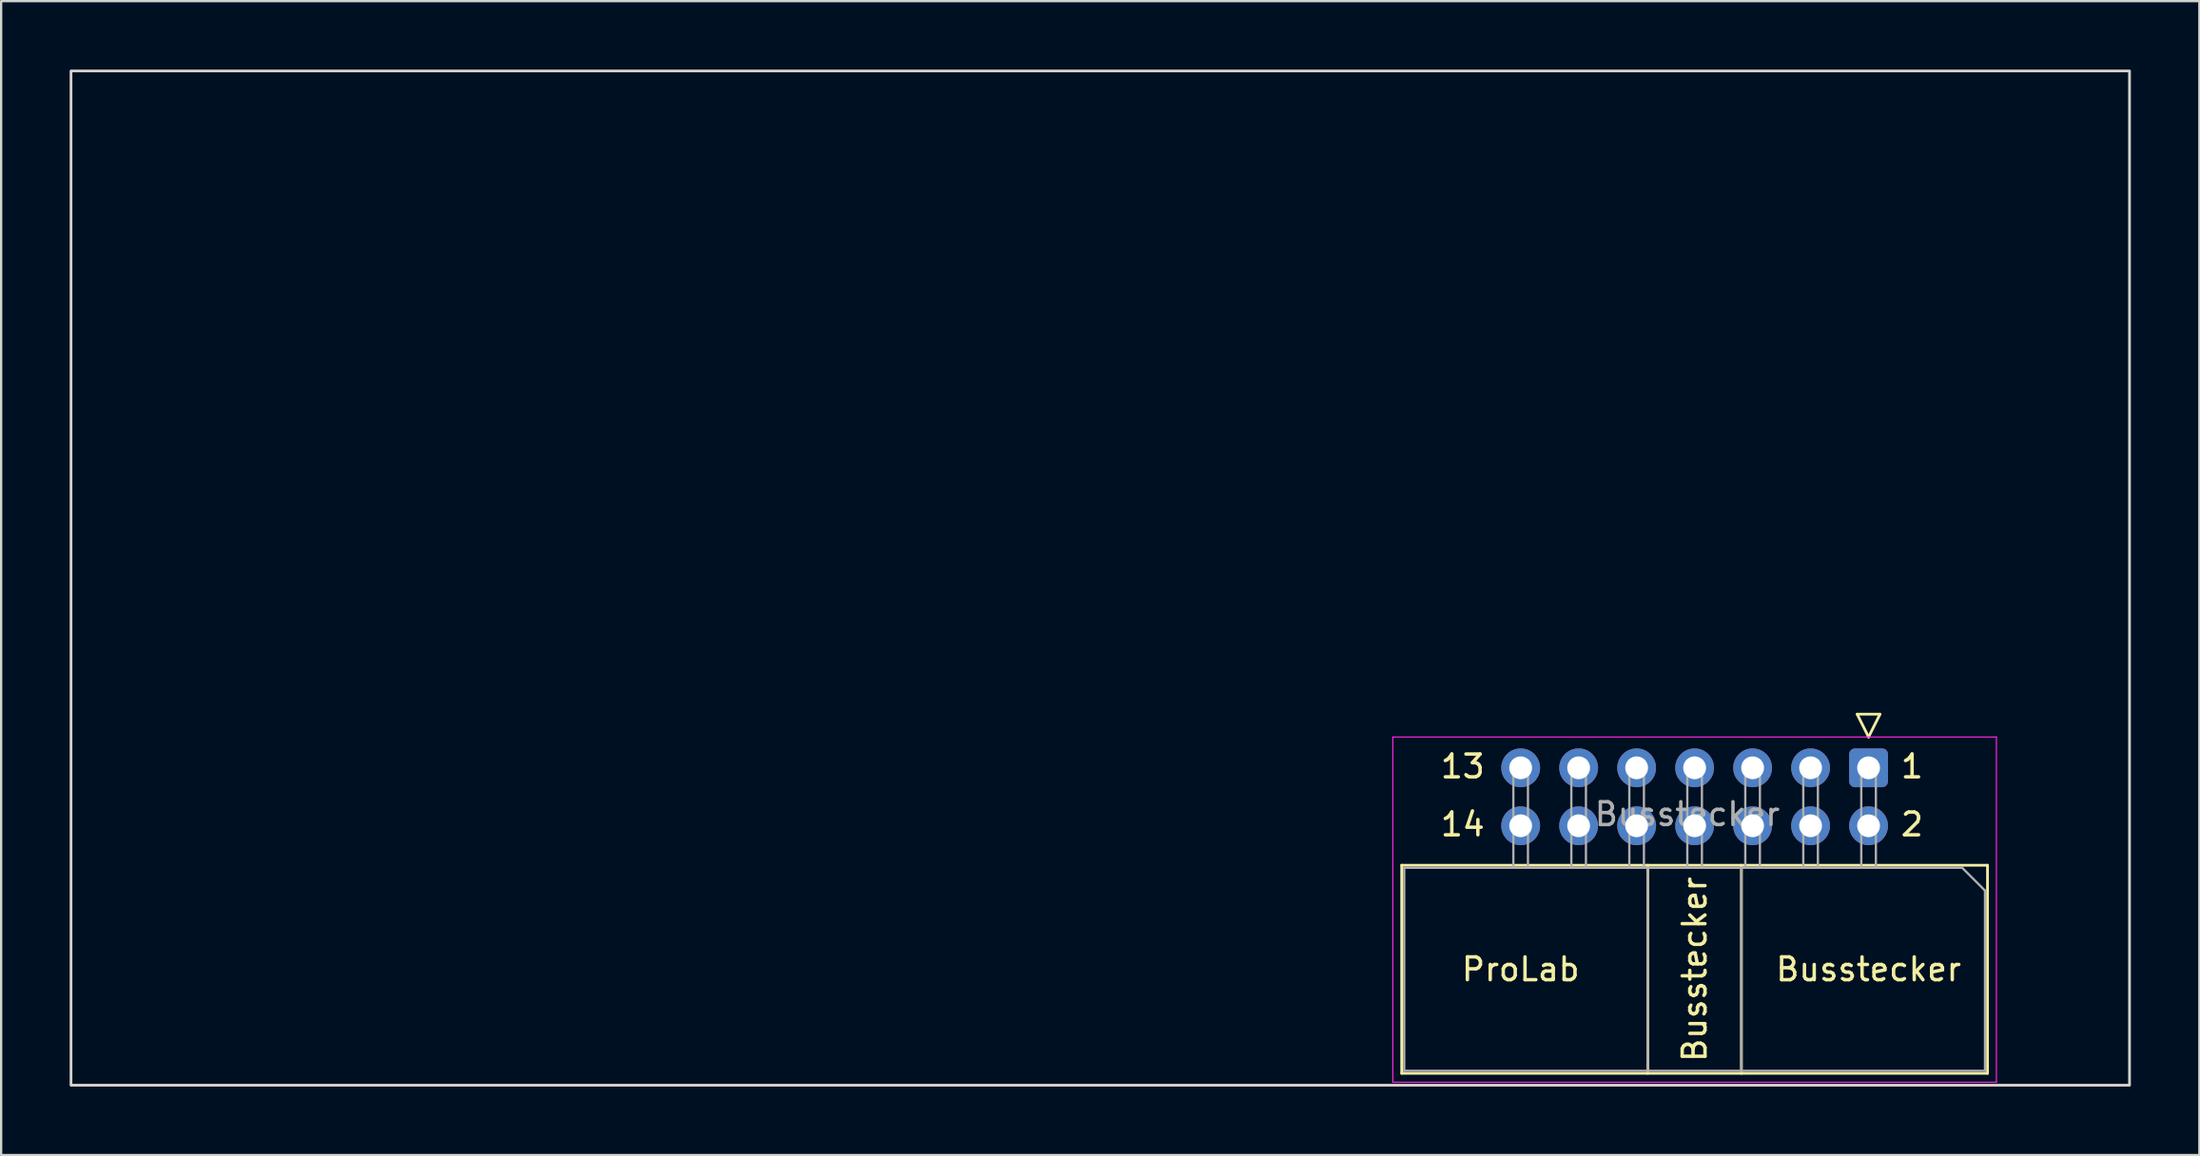
<source format=kicad_pcb>
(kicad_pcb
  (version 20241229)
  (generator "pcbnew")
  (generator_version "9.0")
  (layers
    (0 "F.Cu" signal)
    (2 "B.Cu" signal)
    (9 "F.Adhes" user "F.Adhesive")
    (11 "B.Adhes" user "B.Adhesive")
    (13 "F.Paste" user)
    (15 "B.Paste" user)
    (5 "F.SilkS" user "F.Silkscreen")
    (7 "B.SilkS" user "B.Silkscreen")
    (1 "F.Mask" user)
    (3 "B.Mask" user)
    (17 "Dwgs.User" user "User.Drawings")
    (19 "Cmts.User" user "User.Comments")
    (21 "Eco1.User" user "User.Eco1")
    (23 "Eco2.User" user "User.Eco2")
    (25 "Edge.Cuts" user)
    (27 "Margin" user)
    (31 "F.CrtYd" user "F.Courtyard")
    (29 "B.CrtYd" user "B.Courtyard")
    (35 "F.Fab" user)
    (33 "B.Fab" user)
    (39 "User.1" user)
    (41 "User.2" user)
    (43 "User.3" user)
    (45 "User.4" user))
  (footprint "Busstecker"
    (layer "F.Cu")
    (at 71.18 31.81)
    (property "Reference" "Busstecker" (at 0 7.62 90) (unlocked yes) (layer "F.SilkS") (effects (font (size 1 1) (thickness 0.15))))
    (attr through_hole)
    (fp_line (start -12.83 3.06) (end 12.83 3.06) (stroke (width 0.12) (type solid)) (layer "F.SilkS"))
    (fp_line (start -12.83 12.18) (end -12.83 3.06) (stroke (width 0.12) (type solid)) (layer "F.SilkS"))
    (fp_line (start -2.05 3.06) (end -2.05 12.18) (stroke (width 0.12) (type solid)) (layer "F.SilkS"))
    (fp_line (start 2.05 3.06) (end 2.05 12.18) (stroke (width 0.12) (type solid)) (layer "F.SilkS"))
    (fp_line (start 7.12 -3.56) (end 7.62 -2.56) (stroke (width 0.12) (type solid)) (layer "F.SilkS"))
    (fp_line (start 7.62 -2.56) (end 8.12 -3.56) (stroke (width 0.12) (type solid)) (layer "F.SilkS"))
    (fp_line (start 8.12 -3.56) (end 7.12 -3.56) (stroke (width 0.12) (type solid)) (layer "F.SilkS"))
    (fp_line (start 12.83 3.06) (end 12.83 12.18) (stroke (width 0.12) (type solid)) (layer "F.SilkS"))
    (fp_line (start 12.83 12.18) (end -12.83 12.18) (stroke (width 0.12) (type solid)) (layer "F.SilkS"))
    (fp_rect (start 19.05 12.7) (end -71.12 -31.75) (stroke (width 0.12) (type solid)) (fill no) (layer "Edge.Cuts"))
    (fp_line (start -13.22 -2.56) (end -13.22 12.57) (stroke (width 0.05) (type solid)) (layer "F.CrtYd"))
    (fp_line (start -13.22 12.57) (end 13.22 12.57) (stroke (width 0.05) (type solid)) (layer "F.CrtYd"))
    (fp_line (start 13.22 -2.56) (end -13.22 -2.56) (stroke (width 0.05) (type solid)) (layer "F.CrtYd"))
    (fp_line (start 13.22 12.57) (end 13.22 -2.56) (stroke (width 0.05) (type solid)) (layer "F.CrtYd"))
    (fp_line (start -12.72 3.17) (end 11.72 3.17) (stroke (width 0.1) (type solid)) (layer "F.Fab"))
    (fp_line (start -12.72 12.07) (end -12.72 3.17) (stroke (width 0.1) (type solid)) (layer "F.Fab"))
    (fp_line (start -7.94 -1.53) (end -7.94 3.17) (stroke (width 0.1) (type solid)) (layer "F.Fab"))
    (fp_line (start -7.3 -1.53) (end -7.94 -1.53) (stroke (width 0.1) (type solid)) (layer "F.Fab"))
    (fp_line (start -7.3 3.17) (end -7.3 -1.53) (stroke (width 0.1) (type solid)) (layer "F.Fab"))
    (fp_line (start -5.4 -1.53) (end -5.4 3.17) (stroke (width 0.1) (type solid)) (layer "F.Fab"))
    (fp_line (start -4.76 -1.53) (end -5.4 -1.53) (stroke (width 0.1) (type solid)) (layer "F.Fab"))
    (fp_line (start -4.76 3.17) (end -4.76 -1.53) (stroke (width 0.1) (type solid)) (layer "F.Fab"))
    (fp_line (start -2.86 -1.53) (end -2.86 3.17) (stroke (width 0.1) (type solid)) (layer "F.Fab"))
    (fp_line (start -2.22 -1.53) (end -2.86 -1.53) (stroke (width 0.1) (type solid)) (layer "F.Fab"))
    (fp_line (start -2.22 3.17) (end -2.22 -1.53) (stroke (width 0.1) (type solid)) (layer "F.Fab"))
    (fp_line (start -2.05 3.17) (end -2.05 12.07) (stroke (width 0.1) (type solid)) (layer "F.Fab"))
    (fp_line (start -0.32 -1.53) (end -0.32 3.17) (stroke (width 0.1) (type solid)) (layer "F.Fab"))
    (fp_line (start 0.32 -1.53) (end -0.32 -1.53) (stroke (width 0.1) (type solid)) (layer "F.Fab"))
    (fp_line (start 0.32 3.17) (end 0.32 -1.53) (stroke (width 0.1) (type solid)) (layer "F.Fab"))
    (fp_line (start 2.05 3.17) (end 2.05 12.07) (stroke (width 0.1) (type solid)) (layer "F.Fab"))
    (fp_line (start 2.22 -1.53) (end 2.22 3.17) (stroke (width 0.1) (type solid)) (layer "F.Fab"))
    (fp_line (start 2.86 -1.53) (end 2.22 -1.53) (stroke (width 0.1) (type solid)) (layer "F.Fab"))
    (fp_line (start 2.86 3.17) (end 2.86 -1.53) (stroke (width 0.1) (type solid)) (layer "F.Fab"))
    (fp_line (start 4.76 -1.53) (end 4.76 3.17) (stroke (width 0.1) (type solid)) (layer "F.Fab"))
    (fp_line (start 5.4 -1.53) (end 4.76 -1.53) (stroke (width 0.1) (type solid)) (layer "F.Fab"))
    (fp_line (start 5.4 3.17) (end 5.4 -1.53) (stroke (width 0.1) (type solid)) (layer "F.Fab"))
    (fp_line (start 7.3 -1.53) (end 7.3 3.17) (stroke (width 0.1) (type solid)) (layer "F.Fab"))
    (fp_line (start 7.94 -1.53) (end 7.3 -1.53) (stroke (width 0.1) (type solid)) (layer "F.Fab"))
    (fp_line (start 7.94 3.17) (end 7.94 -1.53) (stroke (width 0.1) (type solid)) (layer "F.Fab"))
    (fp_line (start 11.72 3.17) (end 12.72 4.17) (stroke (width 0.1) (type solid)) (layer "F.Fab"))
    (fp_line (start 12.72 4.17) (end 12.72 12.07) (stroke (width 0.1) (type solid)) (layer "F.Fab"))
    (fp_line (start 12.72 12.07) (end -12.72 12.07) (stroke (width 0.1) (type solid)) (layer "F.Fab"))
    (fp_text user "ProLab" (at -7.62 7.62 0) (unlocked yes) (layer "F.SilkS") (effects (font (size 1 1) (thickness 0.15))))
    (fp_text user "Busstecker" (at 7.62 7.62 0) (unlocked yes) (layer "F.SilkS") (effects (font (size 1 1) (thickness 0.15))))
    (fp_text user "14" (at -10.16 1.27 0) (unlocked yes) (layer "F.SilkS") (effects (font (size 1 1) (thickness 0.15))))
    (fp_text user "1" (at 9.525 -1.27 0) (unlocked yes) (layer "F.SilkS") (effects (font (size 1 1) (thickness 0.15))))
    (fp_text user "13" (at -10.16 -1.27 0) (unlocked yes) (layer "F.SilkS") (effects (font (size 1 1) (thickness 0.15))))
    (fp_text user "2" (at 9.525 1.27 0) (unlocked yes) (layer "F.SilkS") (effects (font (size 1 1) (thickness 0.15))))
    (fp_text user "${REFERENCE}" (at -0.32 0.82 0) (layer "F.Fab") (effects (font (size 1 1) (thickness 0.15))))
    (pad "1" thru_hole roundrect (at 7.62 -1.21 270) (size 1.7 1.7) (drill 1) (layers "*.Cu" "*.Mask") (roundrect_rratio 0.147))
    (pad "2" thru_hole circle (at 7.62 1.33 270) (size 1.7 1.7) (drill 1) (layers "*.Cu" "*.Mask"))
    (pad "3" thru_hole circle (at 5.08 -1.21 270) (size 1.7 1.7) (drill 1) (layers "*.Cu" "*.Mask"))
    (pad "4" thru_hole circle (at 5.08 1.33 270) (size 1.7 1.7) (drill 1) (layers "*.Cu" "*.Mask"))
    (pad "5" thru_hole circle (at 2.54 -1.21 270) (size 1.7 1.7) (drill 1) (layers "*.Cu" "*.Mask"))
    (pad "6" thru_hole circle (at 2.54 1.33 270) (size 1.7 1.7) (drill 1) (layers "*.Cu" "*.Mask"))
    (pad "7" thru_hole circle (at 0 -1.21 270) (size 1.7 1.7) (drill 1) (layers "*.Cu" "*.Mask"))
    (pad "8" thru_hole circle (at 0 1.33 270) (size 1.7 1.7) (drill 1) (layers "*.Cu" "*.Mask"))
    (pad "9" thru_hole circle (at -2.54 -1.21 270) (size 1.7 1.7) (drill 1) (layers "*.Cu" "*.Mask"))
    (pad "10" thru_hole circle (at -2.54 1.33 270) (size 1.7 1.7) (drill 1) (layers "*.Cu" "*.Mask"))
    (pad "11" thru_hole circle (at -5.08 -1.21 270) (size 1.7 1.7) (drill 1) (layers "*.Cu" "*.Mask"))
    (pad "12" thru_hole circle (at -5.08 1.33 270) (size 1.7 1.7) (drill 1) (layers "*.Cu" "*.Mask"))
    (pad "13" thru_hole circle (at -7.62 -1.21 270) (size 1.7 1.7) (drill 1) (layers "*.Cu" "*.Mask"))
    (pad "14" thru_hole circle (at -7.62 1.33 270) (size 1.7 1.7) (drill 1) (layers "*.Cu" "*.Mask")))
  (gr_rect
    (start -3 -3)
    (end 93.29 47.57)
    (stroke (width 0.1) (type default))
    (fill no)
    (layer "Edge.Cuts")))
</source>
